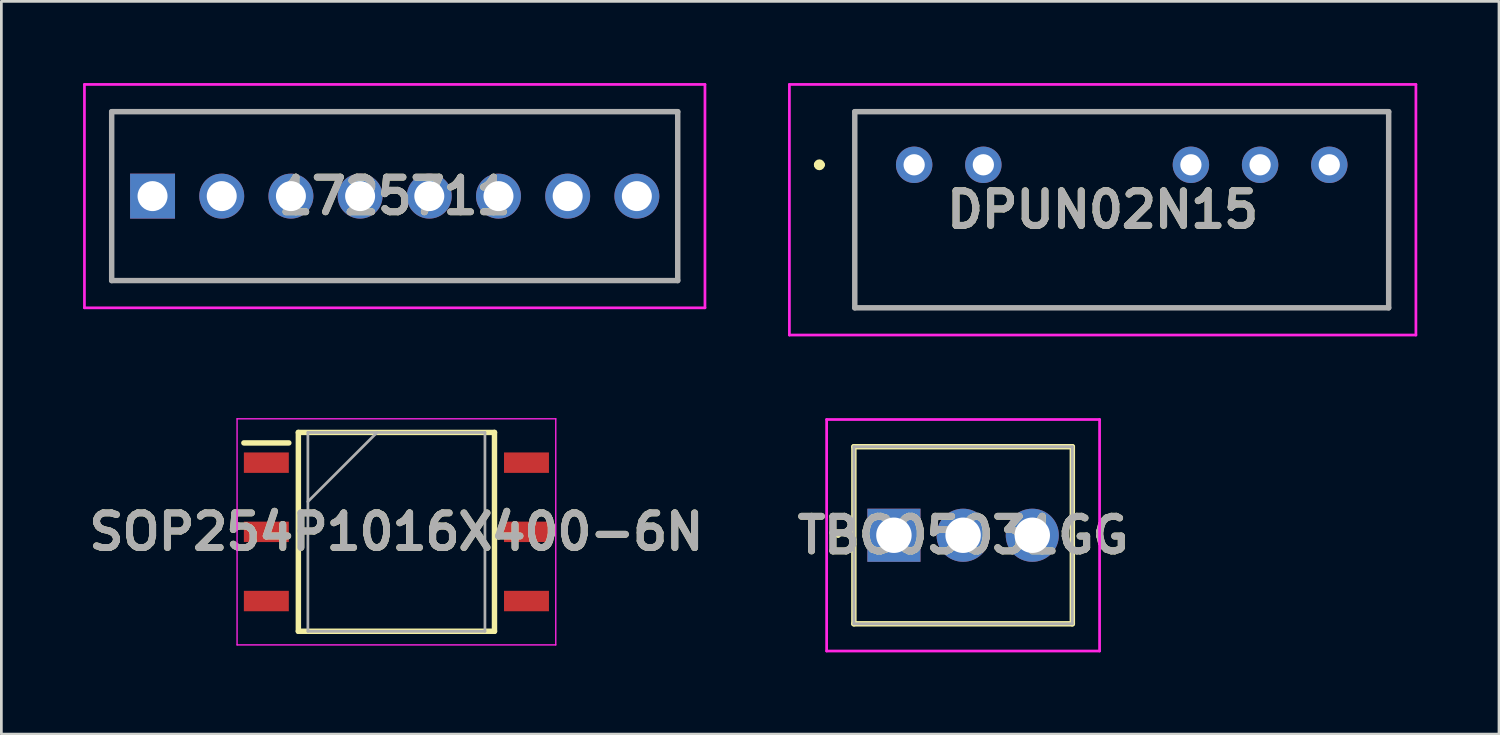
<source format=kicad_pcb>
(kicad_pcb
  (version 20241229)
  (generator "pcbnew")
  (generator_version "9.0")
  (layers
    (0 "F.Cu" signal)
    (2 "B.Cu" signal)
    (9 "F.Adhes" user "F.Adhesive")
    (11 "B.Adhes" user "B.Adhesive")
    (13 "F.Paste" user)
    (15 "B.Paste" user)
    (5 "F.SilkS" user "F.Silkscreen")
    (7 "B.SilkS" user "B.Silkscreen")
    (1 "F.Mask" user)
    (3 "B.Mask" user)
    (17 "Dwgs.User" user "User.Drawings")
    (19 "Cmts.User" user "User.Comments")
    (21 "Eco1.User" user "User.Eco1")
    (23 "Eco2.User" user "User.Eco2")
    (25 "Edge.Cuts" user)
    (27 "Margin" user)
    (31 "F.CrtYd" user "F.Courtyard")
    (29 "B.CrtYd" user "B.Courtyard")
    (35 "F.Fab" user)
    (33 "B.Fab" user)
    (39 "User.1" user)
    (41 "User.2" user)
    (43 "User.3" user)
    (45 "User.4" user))
  (footprint "SOP254P1016X400-6N"
    (layer "F.Cu")
    (at 11.503 16.475)
    (property "Reference" "SOP254P1016X400-6N" (at 0 0 0) (layer "F.SilkS") (effects (font (size 1.27 1.27) (thickness 0.254))))
    (attr smd)
    (fp_line (start -5.6 -3.265) (end -3.95 -3.265) (stroke (width 0.2) (type solid)) (layer "F.SilkS"))
    (fp_line (start -3.6 -3.65) (end 3.6 -3.65) (stroke (width 0.2) (type solid)) (layer "F.SilkS"))
    (fp_line (start -3.6 3.65) (end -3.6 -3.65) (stroke (width 0.2) (type solid)) (layer "F.SilkS"))
    (fp_line (start 3.6 -3.65) (end 3.6 3.65) (stroke (width 0.2) (type solid)) (layer "F.SilkS"))
    (fp_line (start 3.6 3.65) (end -3.6 3.65) (stroke (width 0.2) (type solid)) (layer "F.SilkS"))
    (fp_line (start -5.85 -4.15) (end 5.85 -4.15) (stroke (width 0.05) (type solid)) (layer "F.CrtYd"))
    (fp_line (start -5.85 4.15) (end -5.85 -4.15) (stroke (width 0.05) (type solid)) (layer "F.CrtYd"))
    (fp_line (start 5.85 -4.15) (end 5.85 4.15) (stroke (width 0.05) (type solid)) (layer "F.CrtYd"))
    (fp_line (start 5.85 4.15) (end -5.85 4.15) (stroke (width 0.05) (type solid)) (layer "F.CrtYd"))
    (fp_line (start -3.25 -3.65) (end 3.25 -3.65) (stroke (width 0.1) (type solid)) (layer "F.Fab"))
    (fp_line (start -3.25 -1.11) (end -0.71 -3.65) (stroke (width 0.1) (type solid)) (layer "F.Fab"))
    (fp_line (start -3.25 3.65) (end -3.25 -3.65) (stroke (width 0.1) (type solid)) (layer "F.Fab"))
    (fp_line (start 3.25 -3.65) (end 3.25 3.65) (stroke (width 0.1) (type solid)) (layer "F.Fab"))
    (fp_line (start 3.25 3.65) (end -3.25 3.65) (stroke (width 0.1) (type solid)) (layer "F.Fab"))
    (fp_text user "${REFERENCE}" (at 0 0 0) (layer "F.Fab") (effects (font (size 1.27 1.27) (thickness 0.254))))
    (pad "1" smd rect (at -4.775 -2.54 90) (size 0.75 1.65) (layers "F.Cu" "F.Mask" "F.Paste"))
    (pad "2" smd rect (at -4.775 0 90) (size 0.75 1.65) (layers "F.Cu" "F.Mask" "F.Paste"))
    (pad "3" smd rect (at -4.775 2.54 90) (size 0.75 1.65) (layers "F.Cu" "F.Mask" "F.Paste"))
    (pad "4" smd rect (at 4.775 2.54 90) (size 0.75 1.65) (layers "F.Cu" "F.Mask" "F.Paste"))
    (pad "5" smd rect (at 4.775 0 90) (size 0.75 1.65) (layers "F.Cu" "F.Mask" "F.Paste"))
    (pad "6" smd rect (at 4.775 -2.54 90) (size 0.75 1.65) (layers "F.Cu" "F.Mask" "F.Paste")))
  (footprint "DPUN02N15"
    (layer "F.Cu")
    (at 30.51 3)
    (property "Reference" "DPUN02N15" (at 6.92 1.65 0) (layer "F.SilkS") (effects (font (size 1.27 1.27) (thickness 0.254))))
    (attr through_hole)
    (fp_line (start -3.58 0) (end -3.58 0) (stroke (width 0.2) (type solid)) (layer "F.SilkS"))
    (fp_line (start -3.38 0) (end -3.38 0) (stroke (width 0.2) (type solid)) (layer "F.SilkS"))
    (fp_line (start -2.18 -1.95) (end 17.42 -1.95) (stroke (width 0.1) (type solid)) (layer "F.SilkS"))
    (fp_line (start -2.18 5.25) (end -2.18 -1.95) (stroke (width 0.1) (type solid)) (layer "F.SilkS"))
    (fp_line (start 17.42 -1.95) (end 17.42 5.25) (stroke (width 0.1) (type solid)) (layer "F.SilkS"))
    (fp_line (start 17.42 5.25) (end -2.18 5.25) (stroke (width 0.1) (type solid)) (layer "F.SilkS"))
    (fp_arc (start -3.58 0) (mid -3.48 -0.1) (end -3.38 0) (stroke (width 0.2) (type solid)) (layer "F.SilkS"))
    (fp_arc (start -3.38 0) (mid -3.48 0.1) (end -3.58 0) (stroke (width 0.2) (type solid)) (layer "F.SilkS"))
    (fp_line (start -4.58 -2.95) (end 18.42 -2.95) (stroke (width 0.1) (type solid)) (layer "F.CrtYd"))
    (fp_line (start -4.58 6.25) (end -4.58 -2.95) (stroke (width 0.1) (type solid)) (layer "F.CrtYd"))
    (fp_line (start 18.42 -2.95) (end 18.42 6.25) (stroke (width 0.1) (type solid)) (layer "F.CrtYd"))
    (fp_line (start 18.42 6.25) (end -4.58 6.25) (stroke (width 0.1) (type solid)) (layer "F.CrtYd"))
    (fp_line (start -2.18 -1.95) (end 17.42 -1.95) (stroke (width 0.2) (type solid)) (layer "F.Fab"))
    (fp_line (start -2.18 5.25) (end -2.18 -1.95) (stroke (width 0.2) (type solid)) (layer "F.Fab"))
    (fp_line (start 17.42 -1.95) (end 17.42 5.25) (stroke (width 0.2) (type solid)) (layer "F.Fab"))
    (fp_line (start 17.42 5.25) (end -2.18 5.25) (stroke (width 0.2) (type solid)) (layer "F.Fab"))
    (fp_text user "${REFERENCE}" (at 6.92 1.65 0) (layer "F.Fab") (effects (font (size 1.27 1.27) (thickness 0.254))))
    (pad "1" thru_hole circle (at 0 0) (size 1.337 1.337) (drill 0.78) (layers "*.Cu" "*.Mask"))
    (pad "2" thru_hole circle (at 2.54 0) (size 1.337 1.337) (drill 0.78) (layers "*.Cu" "*.Mask"))
    (pad "5" thru_hole circle (at 10.16 0) (size 1.337 1.337) (drill 0.78) (layers "*.Cu" "*.Mask"))
    (pad "6" thru_hole circle (at 12.7 0) (size 1.337 1.337) (drill 0.78) (layers "*.Cu" "*.Mask"))
    (pad "7" thru_hole circle (at 15.24 0) (size 1.337 1.337) (drill 0.78) (layers "*.Cu" "*.Mask")))
  (footprint "TBC05031GG"
    (layer "F.Cu")
    (at 29.767 16.6)
    (property "Reference" "TBC05031GG" (at 2.54 0 0) (layer "F.SilkS") (effects (font (size 1.27 1.27) (thickness 0.254))))
    (attr through_hole)
    (fp_line (start -2.1 0) (end -2.1 0) (stroke (width 0.1) (type solid)) (layer "F.SilkS"))
    (fp_line (start -2 0) (end -2 0) (stroke (width 0.1) (type solid)) (layer "F.SilkS"))
    (fp_line (start -1.47 -3.25) (end 6.55 -3.25) (stroke (width 0.2) (type solid)) (layer "F.SilkS"))
    (fp_line (start -1.47 3.25) (end -1.47 -3.25) (stroke (width 0.2) (type solid)) (layer "F.SilkS"))
    (fp_line (start 6.55 -3.25) (end 6.55 3.25) (stroke (width 0.2) (type solid)) (layer "F.SilkS"))
    (fp_line (start 6.55 3.25) (end -1.47 3.25) (stroke (width 0.2) (type solid)) (layer "F.SilkS"))
    (fp_arc (start -2.1 0) (mid -2.05 -0.05) (end -2 0) (stroke (width 0.1) (type solid)) (layer "F.SilkS"))
    (fp_arc (start -2 0) (mid -2.05 0.05) (end -2.1 0) (stroke (width 0.1) (type solid)) (layer "F.SilkS"))
    (fp_line (start -2.47 -4.25) (end 7.55 -4.25) (stroke (width 0.1) (type solid)) (layer "F.CrtYd"))
    (fp_line (start -2.47 4.25) (end -2.47 -4.25) (stroke (width 0.1) (type solid)) (layer "F.CrtYd"))
    (fp_line (start 7.55 -4.25) (end 7.55 4.25) (stroke (width 0.1) (type solid)) (layer "F.CrtYd"))
    (fp_line (start 7.55 4.25) (end -2.47 4.25) (stroke (width 0.1) (type solid)) (layer "F.CrtYd"))
    (fp_line (start -1.47 -3.25) (end 6.55 -3.25) (stroke (width 0.1) (type solid)) (layer "F.Fab"))
    (fp_line (start -1.47 3.25) (end -1.47 -3.25) (stroke (width 0.1) (type solid)) (layer "F.Fab"))
    (fp_line (start 6.55 -3.25) (end 6.55 3.25) (stroke (width 0.1) (type solid)) (layer "F.Fab"))
    (fp_line (start 6.55 3.25) (end -1.47 3.25) (stroke (width 0.1) (type solid)) (layer "F.Fab"))
    (fp_text user "${REFERENCE}" (at 2.54 0 0) (layer "F.Fab") (effects (font (size 1.27 1.27) (thickness 0.254))))
    (pad "1" thru_hole rect (at 0 0) (size 1.95 1.95) (drill 1.3) (layers "*.Cu" "*.Mask"))
    (pad "2" thru_hole circle (at 2.54 0) (size 1.95 1.95) (drill 1.3) (layers "*.Cu" "*.Mask"))
    (pad "3" thru_hole circle (at 5.08 0) (size 1.95 1.95) (drill 1.3) (layers "*.Cu" "*.Mask")))
  (footprint "1725711"
    (layer "F.Cu")
    (at 2.55 4.15)
    (property "Reference" "1725711" (at 8.89 0 0) (layer "F.SilkS") (effects (font (size 1.27 1.27) (thickness 0.254))))
    (attr through_hole)
    (fp_line (start -1.5 -3.1) (end 19.28 -3.1) (stroke (width 0.1) (type solid)) (layer "F.SilkS"))
    (fp_line (start -1.5 3.1) (end -1.5 -3.1) (stroke (width 0.1) (type solid)) (layer "F.SilkS"))
    (fp_line (start 19.28 -3.1) (end 19.28 3.1) (stroke (width 0.1) (type solid)) (layer "F.SilkS"))
    (fp_line (start 19.28 3.1) (end -1.5 3.1) (stroke (width 0.1) (type solid)) (layer "F.SilkS"))
    (fp_line (start -2.5 -4.1) (end 20.28 -4.1) (stroke (width 0.1) (type solid)) (layer "F.CrtYd"))
    (fp_line (start -2.5 4.1) (end -2.5 -4.1) (stroke (width 0.1) (type solid)) (layer "F.CrtYd"))
    (fp_line (start 20.28 -4.1) (end 20.28 4.1) (stroke (width 0.1) (type solid)) (layer "F.CrtYd"))
    (fp_line (start 20.28 4.1) (end -2.5 4.1) (stroke (width 0.1) (type solid)) (layer "F.CrtYd"))
    (fp_line (start -1.5 -3.1) (end -1.5 3.1) (stroke (width 0.2) (type solid)) (layer "F.Fab"))
    (fp_line (start -1.5 3.1) (end 19.28 3.1) (stroke (width 0.2) (type solid)) (layer "F.Fab"))
    (fp_line (start 19.28 -3.1) (end -1.5 -3.1) (stroke (width 0.2) (type solid)) (layer "F.Fab"))
    (fp_line (start 19.28 3.1) (end 19.28 -3.1) (stroke (width 0.2) (type solid)) (layer "F.Fab"))
    (fp_text user "${REFERENCE}" (at 8.89 0 0) (layer "F.Fab") (effects (font (size 1.27 1.27) (thickness 0.254))))
    (pad "1" thru_hole rect (at 0 0) (size 1.65 1.65) (drill 1.1) (layers "*.Cu" "*.Mask"))
    (pad "2" thru_hole circle (at 2.54 0) (size 1.65 1.65) (drill 1.1) (layers "*.Cu" "*.Mask"))
    (pad "3" thru_hole circle (at 5.08 0) (size 1.65 1.65) (drill 1.1) (layers "*.Cu" "*.Mask"))
    (pad "4" thru_hole circle (at 7.62 0) (size 1.65 1.65) (drill 1.1) (layers "*.Cu" "*.Mask"))
    (pad "5" thru_hole circle (at 10.16 0) (size 1.65 1.65) (drill 1.1) (layers "*.Cu" "*.Mask"))
    (pad "6" thru_hole circle (at 12.7 0) (size 1.65 1.65) (drill 1.1) (layers "*.Cu" "*.Mask"))
    (pad "7" thru_hole circle (at 15.24 0) (size 1.65 1.65) (drill 1.1) (layers "*.Cu" "*.Mask"))
    (pad "8" thru_hole circle (at 17.78 0) (size 1.65 1.65) (drill 1.1) (layers "*.Cu" "*.Mask")))
  (gr_rect
    (start -3 -3)
    (end 51.98 23.9)
    (stroke (width 0.1) (type default))
    (fill no)
    (layer "Edge.Cuts")))
</source>
